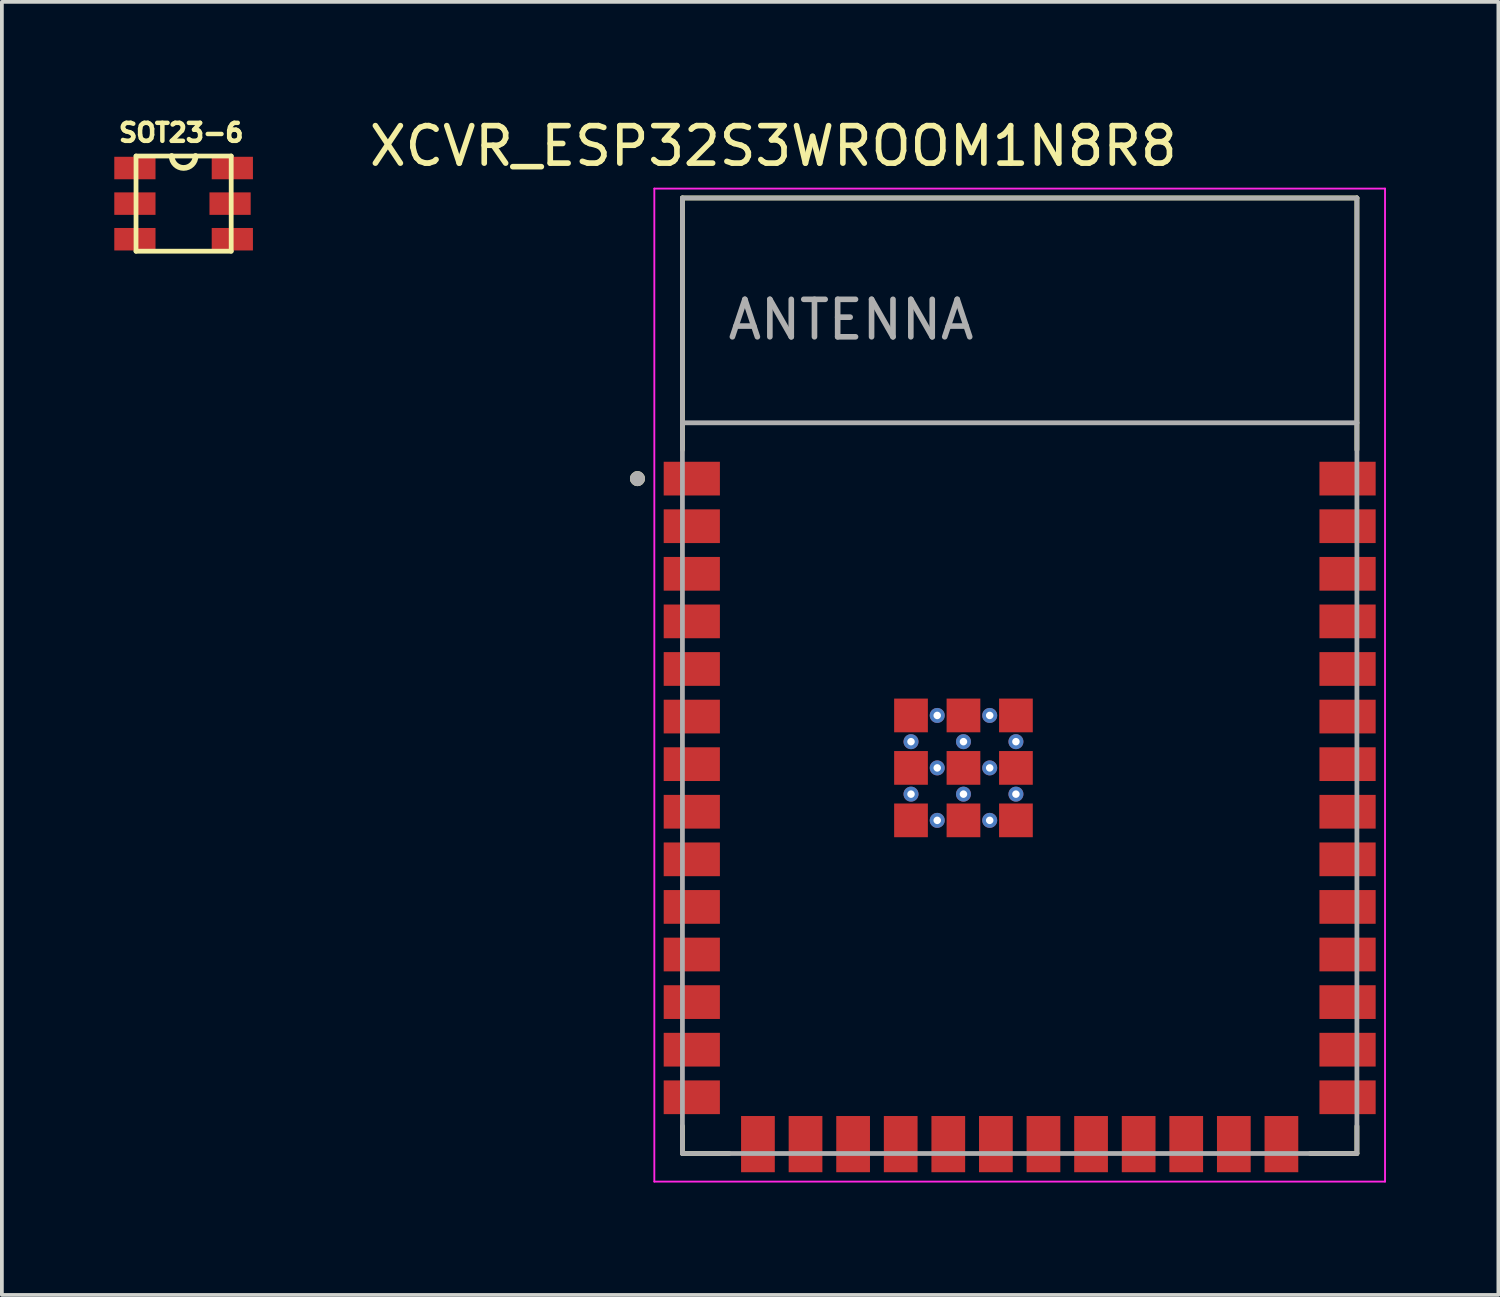
<source format=kicad_pcb>
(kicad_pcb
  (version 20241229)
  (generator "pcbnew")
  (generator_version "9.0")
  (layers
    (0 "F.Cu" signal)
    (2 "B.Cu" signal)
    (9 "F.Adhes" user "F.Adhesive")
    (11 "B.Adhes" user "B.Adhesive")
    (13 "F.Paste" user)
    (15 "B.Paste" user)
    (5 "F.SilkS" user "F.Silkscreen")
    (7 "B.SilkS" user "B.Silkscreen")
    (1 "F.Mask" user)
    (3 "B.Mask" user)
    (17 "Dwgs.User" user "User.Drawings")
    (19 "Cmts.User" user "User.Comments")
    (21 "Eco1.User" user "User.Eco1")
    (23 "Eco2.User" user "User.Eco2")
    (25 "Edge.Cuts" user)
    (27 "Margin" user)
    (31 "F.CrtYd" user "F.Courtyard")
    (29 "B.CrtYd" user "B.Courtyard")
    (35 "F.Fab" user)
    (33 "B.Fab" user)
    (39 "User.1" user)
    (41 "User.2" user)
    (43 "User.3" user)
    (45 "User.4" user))
  (footprint "SOT23-6"
    (layer "F.Cu")
    (at 1.85 2.384)
    (property "Reference" "SOT23-6" (at -0.064 -1.892 0) (layer "F.SilkS") (effects (font (size 0.48 0.48) (thickness 0.15))))
    (attr through_hole)
    (fp_line (start -1.27 -1.27) (end -0.318 -1.27) (stroke (width 0.127) (type solid)) (layer "F.SilkS"))
    (fp_line (start -1.27 1.27) (end -1.27 -1.27) (stroke (width 0.127) (type solid)) (layer "F.SilkS"))
    (fp_line (start 0.318 -1.27) (end -0.318 -1.27) (stroke (width 0.127) (type solid)) (layer "F.SilkS"))
    (fp_line (start 0.318 -1.27) (end 1.27 -1.27) (stroke (width 0.127) (type solid)) (layer "F.SilkS"))
    (fp_line (start 1.27 -1.27) (end 1.27 1.27) (stroke (width 0.127) (type solid)) (layer "F.SilkS"))
    (fp_line (start 1.27 1.27) (end -1.27 1.27) (stroke (width 0.127) (type solid)) (layer "F.SilkS"))
    (fp_arc (start 0.3175 -1.27) (mid 0 -0.9525) (end -0.3175 -1.27) (stroke (width 0.1524) (type solid)) (layer "F.SilkS"))
    (pad "1" smd rect (at -1.3 -0.95) (size 1.1 0.6) (layers "F.Cu" "F.Mask" "F.Paste"))
    (pad "2" smd rect (at -1.3 0) (size 1.1 0.6) (layers "F.Cu" "F.Mask" "F.Paste"))
    (pad "3" smd rect (at -1.3 0.95) (size 1.1 0.6) (layers "F.Cu" "F.Mask" "F.Paste"))
    (pad "4" smd rect (at 1.3 0.95) (size 1.1 0.6) (layers "F.Cu" "F.Mask" "F.Paste"))
    (pad "5" smd rect (at 1.24 0) (size 1.1 0.6) (layers "F.Cu" "F.Mask" "F.Paste"))
    (pad "6" smd rect (at 1.3 -0.95) (size 1.1 0.6) (layers "F.Cu" "F.Mask" "F.Paste")))
  (footprint "XCVR_ESP32S3WROOM1N8R8"
    (layer "F.Cu")
    (at 24.162 14.983)
    (property "Reference" "XCVR_ESP32S3WROOM1N8R8" (at -6.575 -14.135 0) (layer "F.SilkS") (effects (font (size 1 1) (thickness 0.15))))
    (attr through_hole)
    (fp_line (start -9 -12.75) (end 9 -12.75) (stroke (width 0.127) (type solid)) (layer "F.SilkS"))
    (fp_line (start -9 -6.03) (end -9 -12.75) (stroke (width 0.127) (type solid)) (layer "F.SilkS"))
    (fp_line (start -9 12.02) (end -9 12.75) (stroke (width 0.127) (type solid)) (layer "F.SilkS"))
    (fp_line (start -9 12.75) (end -7.755 12.75) (stroke (width 0.127) (type solid)) (layer "F.SilkS"))
    (fp_line (start 9 -12.75) (end 9 -6.03) (stroke (width 0.127) (type solid)) (layer "F.SilkS"))
    (fp_line (start 9 12.02) (end 9 12.75) (stroke (width 0.127) (type solid)) (layer "F.SilkS"))
    (fp_line (start 9 12.75) (end 7.755 12.75) (stroke (width 0.127) (type solid)) (layer "F.SilkS"))
    (fp_circle (center -10.2 -5.26) (end -10.1 -5.26) (stroke (width 0.2) (type solid)) (fill no) (layer "F.SilkS"))
    (fp_line (start -9.75 -13) (end 9.75 -13) (stroke (width 0.05) (type solid)) (layer "F.CrtYd"))
    (fp_line (start -9.75 13.5) (end -9.75 -13) (stroke (width 0.05) (type solid)) (layer "F.CrtYd"))
    (fp_line (start -9.75 13.5) (end 9.75 13.5) (stroke (width 0.05) (type solid)) (layer "F.CrtYd"))
    (fp_line (start 9.75 -13) (end 9.75 13.5) (stroke (width 0.05) (type solid)) (layer "F.CrtYd"))
    (fp_line (start -9 -12.75) (end 9 -12.75) (stroke (width 0.127) (type solid)) (layer "F.Fab"))
    (fp_line (start -9 -6.75) (end -9 -12.75) (stroke (width 0.127) (type solid)) (layer "F.Fab"))
    (fp_line (start -9 -6.75) (end 9 -6.75) (stroke (width 0.127) (type solid)) (layer "F.Fab"))
    (fp_line (start -9 12.75) (end -9 -6.75) (stroke (width 0.127) (type solid)) (layer "F.Fab"))
    (fp_line (start 9 -12.75) (end 9 -6.75) (stroke (width 0.127) (type solid)) (layer "F.Fab"))
    (fp_line (start 9 -6.75) (end 9 12.75) (stroke (width 0.127) (type solid)) (layer "F.Fab"))
    (fp_line (start 9 12.75) (end -9 12.75) (stroke (width 0.127) (type solid)) (layer "F.Fab"))
    (fp_circle (center -10.2 -5.26) (end -10.1 -5.26) (stroke (width 0.2) (type solid)) (fill no) (layer "F.Fab"))
    (fp_text user "ANTENNA" (at -4.5 -9.5 0) (layer "F.Fab") (effects (font (size 1 1) (thickness 0.15))))
    (pad "1" smd rect (at -8.75 -5.26) (size 1.5 0.9) (layers "F.Cu" "F.Mask" "F.Paste"))
    (pad "2" smd rect (at -8.75 -3.99) (size 1.5 0.9) (layers "F.Cu" "F.Mask" "F.Paste"))
    (pad "3" smd rect (at -8.75 -2.72) (size 1.5 0.9) (layers "F.Cu" "F.Mask" "F.Paste"))
    (pad "4" smd rect (at -8.75 -1.45) (size 1.5 0.9) (layers "F.Cu" "F.Mask" "F.Paste"))
    (pad "5" smd rect (at -8.75 -0.18) (size 1.5 0.9) (layers "F.Cu" "F.Mask" "F.Paste"))
    (pad "6" smd rect (at -8.75 1.09) (size 1.5 0.9) (layers "F.Cu" "F.Mask" "F.Paste"))
    (pad "7" smd rect (at -8.75 2.36) (size 1.5 0.9) (layers "F.Cu" "F.Mask" "F.Paste"))
    (pad "8" smd rect (at -8.75 3.63) (size 1.5 0.9) (layers "F.Cu" "F.Mask" "F.Paste"))
    (pad "9" smd rect (at -8.75 4.9) (size 1.5 0.9) (layers "F.Cu" "F.Mask" "F.Paste"))
    (pad "10" smd rect (at -8.75 6.17) (size 1.5 0.9) (layers "F.Cu" "F.Mask" "F.Paste"))
    (pad "11" smd rect (at -8.75 7.44) (size 1.5 0.9) (layers "F.Cu" "F.Mask" "F.Paste"))
    (pad "12" smd rect (at -8.75 8.71) (size 1.5 0.9) (layers "F.Cu" "F.Mask" "F.Paste"))
    (pad "13" smd rect (at -8.75 9.98) (size 1.5 0.9) (layers "F.Cu" "F.Mask" "F.Paste"))
    (pad "14" smd rect (at -8.75 11.25) (size 1.5 0.9) (layers "F.Cu" "F.Mask" "F.Paste"))
    (pad "15" smd rect (at -6.985 12.5) (size 0.9 1.5) (layers "F.Cu" "F.Mask" "F.Paste"))
    (pad "16" smd rect (at -5.715 12.5) (size 0.9 1.5) (layers "F.Cu" "F.Mask" "F.Paste"))
    (pad "17" smd rect (at -4.445 12.5) (size 0.9 1.5) (layers "F.Cu" "F.Mask" "F.Paste"))
    (pad "18" smd rect (at -3.175 12.5) (size 0.9 1.5) (layers "F.Cu" "F.Mask" "F.Paste"))
    (pad "19" smd rect (at -1.905 12.5) (size 0.9 1.5) (layers "F.Cu" "F.Mask" "F.Paste"))
    (pad "20" smd rect (at -0.635 12.5) (size 0.9 1.5) (layers "F.Cu" "F.Mask" "F.Paste"))
    (pad "21" smd rect (at 0.635 12.5) (size 0.9 1.5) (layers "F.Cu" "F.Mask" "F.Paste"))
    (pad "22" smd rect (at 1.905 12.5) (size 0.9 1.5) (layers "F.Cu" "F.Mask" "F.Paste"))
    (pad "23" smd rect (at 3.175 12.5) (size 0.9 1.5) (layers "F.Cu" "F.Mask" "F.Paste"))
    (pad "24" smd rect (at 4.445 12.5) (size 0.9 1.5) (layers "F.Cu" "F.Mask" "F.Paste"))
    (pad "25" smd rect (at 5.715 12.5) (size 0.9 1.5) (layers "F.Cu" "F.Mask" "F.Paste"))
    (pad "26" smd rect (at 6.985 12.5) (size 0.9 1.5) (layers "F.Cu" "F.Mask" "F.Paste"))
    (pad "27" smd rect (at 8.75 11.25) (size 1.5 0.9) (layers "F.Cu" "F.Mask" "F.Paste"))
    (pad "28" smd rect (at 8.75 9.98) (size 1.5 0.9) (layers "F.Cu" "F.Mask" "F.Paste"))
    (pad "29" smd rect (at 8.75 8.71) (size 1.5 0.9) (layers "F.Cu" "F.Mask" "F.Paste"))
    (pad "30" smd rect (at 8.75 7.44) (size 1.5 0.9) (layers "F.Cu" "F.Mask" "F.Paste"))
    (pad "31" smd rect (at 8.75 6.17) (size 1.5 0.9) (layers "F.Cu" "F.Mask" "F.Paste"))
    (pad "32" smd rect (at 8.75 4.9) (size 1.5 0.9) (layers "F.Cu" "F.Mask" "F.Paste"))
    (pad "33" smd rect (at 8.75 3.63) (size 1.5 0.9) (layers "F.Cu" "F.Mask" "F.Paste"))
    (pad "34" smd rect (at 8.75 2.36) (size 1.5 0.9) (layers "F.Cu" "F.Mask" "F.Paste"))
    (pad "35" smd rect (at 8.75 1.09) (size 1.5 0.9) (layers "F.Cu" "F.Mask" "F.Paste"))
    (pad "36" smd rect (at 8.75 -0.18) (size 1.5 0.9) (layers "F.Cu" "F.Mask" "F.Paste"))
    (pad "37" smd rect (at 8.75 -1.45) (size 1.5 0.9) (layers "F.Cu" "F.Mask" "F.Paste"))
    (pad "38" smd rect (at 8.75 -2.72) (size 1.5 0.9) (layers "F.Cu" "F.Mask" "F.Paste"))
    (pad "39" smd rect (at 8.75 -3.99) (size 1.5 0.9) (layers "F.Cu" "F.Mask" "F.Paste"))
    (pad "40" smd rect (at 8.75 -5.26) (size 1.5 0.9) (layers "F.Cu" "F.Mask" "F.Paste"))
    (pad "41_1" smd rect (at -1.5 2.46) (size 0.9 0.9) (layers "F.Cu" "F.Mask" "F.Paste"))
    (pad "41_2" smd rect (at -2.9 2.46) (size 0.9 0.9) (layers "F.Cu" "F.Mask" "F.Paste"))
    (pad "41_3" smd rect (at -0.1 2.46) (size 0.9 0.9) (layers "F.Cu" "F.Mask" "F.Paste"))
    (pad "41_4" smd rect (at -2.9 3.86) (size 0.9 0.9) (layers "F.Cu" "F.Mask" "F.Paste"))
    (pad "41_5" smd rect (at -1.5 3.86) (size 0.9 0.9) (layers "F.Cu" "F.Mask" "F.Paste"))
    (pad "41_6" smd rect (at -0.1 3.86) (size 0.9 0.9) (layers "F.Cu" "F.Mask" "F.Paste"))
    (pad "41_7" smd rect (at -2.9 1.06) (size 0.9 0.9) (layers "F.Cu" "F.Mask" "F.Paste"))
    (pad "41_8" smd rect (at -1.5 1.06) (size 0.9 0.9) (layers "F.Cu" "F.Mask" "F.Paste"))
    (pad "41_9" smd rect (at -0.1 1.06) (size 0.9 0.9) (layers "F.Cu" "F.Mask" "F.Paste"))
    (pad "41_10" thru_hole circle (at -1.5 1.76) (size 0.4 0.4) (drill 0.2) (layers "*.Cu"))
    (pad "41_11" thru_hole circle (at -2.9 1.76) (size 0.4 0.4) (drill 0.2) (layers "*.Cu"))
    (pad "41_12" thru_hole circle (at -0.1 1.76) (size 0.4 0.4) (drill 0.2) (layers "*.Cu"))
    (pad "41_13" thru_hole circle (at -2.9 3.16) (size 0.4 0.4) (drill 0.2) (layers "*.Cu"))
    (pad "41_14" thru_hole circle (at -1.5 3.16) (size 0.4 0.4) (drill 0.2) (layers "*.Cu"))
    (pad "41_15" thru_hole circle (at -0.1 3.16) (size 0.4 0.4) (drill 0.2) (layers "*.Cu"))
    (pad "41_16" thru_hole circle (at -2.2 1.06) (size 0.4 0.4) (drill 0.2) (layers "*.Cu"))
    (pad "41_17" thru_hole circle (at -0.8 1.06) (size 0.4 0.4) (drill 0.2) (layers "*.Cu"))
    (pad "41_18" thru_hole circle (at -2.2 2.46) (size 0.4 0.4) (drill 0.2) (layers "*.Cu"))
    (pad "41_19" thru_hole circle (at -0.8 2.46) (size 0.4 0.4) (drill 0.2) (layers "*.Cu"))
    (pad "41_20" thru_hole circle (at -2.2 3.86) (size 0.4 0.4) (drill 0.2) (layers "*.Cu"))
    (pad "41_21" thru_hole circle (at -0.8 3.86) (size 0.4 0.4) (drill 0.2) (layers "*.Cu"))
    (zone (net_name "") (layer "F.Cu") (hatch full 0.508) (connect_pads) (min_thickness 0.01) (filled_areas_thickness no) (keepout (tracks not_allowed) (vias not_allowed) (pads not_allowed) (copperpour not_allowed) (footprints allowed)) (placement (enabled no)) (fill) (polygon (pts (xy 15.162 2.233) (xy 33.162 2.233) (xy 33.162 8.233) (xy 15.162 8.233))))
    (zone (net_name "") (layers "F.Cu" "B.Cu") (hatch full 0.508) (connect_pads) (min_thickness 0.01) (filled_areas_thickness no) (keepout (tracks allowed) (vias not_allowed) (pads allowed) (copperpour allowed) (footprints allowed)) (placement (enabled no)) (fill) (polygon (pts (xy 15.162 2.233) (xy 33.162 2.233) (xy 33.162 8.233) (xy 15.162 8.233))))
    (zone (net_name "") (layer "B.Cu") (hatch full 0.508) (connect_pads) (min_thickness 0.01) (filled_areas_thickness no) (keepout (tracks not_allowed) (vias not_allowed) (pads not_allowed) (copperpour not_allowed) (footprints allowed)) (placement (enabled no)) (fill) (polygon (pts (xy 15.162 2.233) (xy 33.162 2.233) (xy 33.162 8.233) (xy 15.162 8.233)))))
  (gr_rect
    (start -3 -3)
    (end 36.937 31.508)
    (stroke (width 0.1) (type default))
    (fill no)
    (layer "Edge.Cuts")))
</source>
